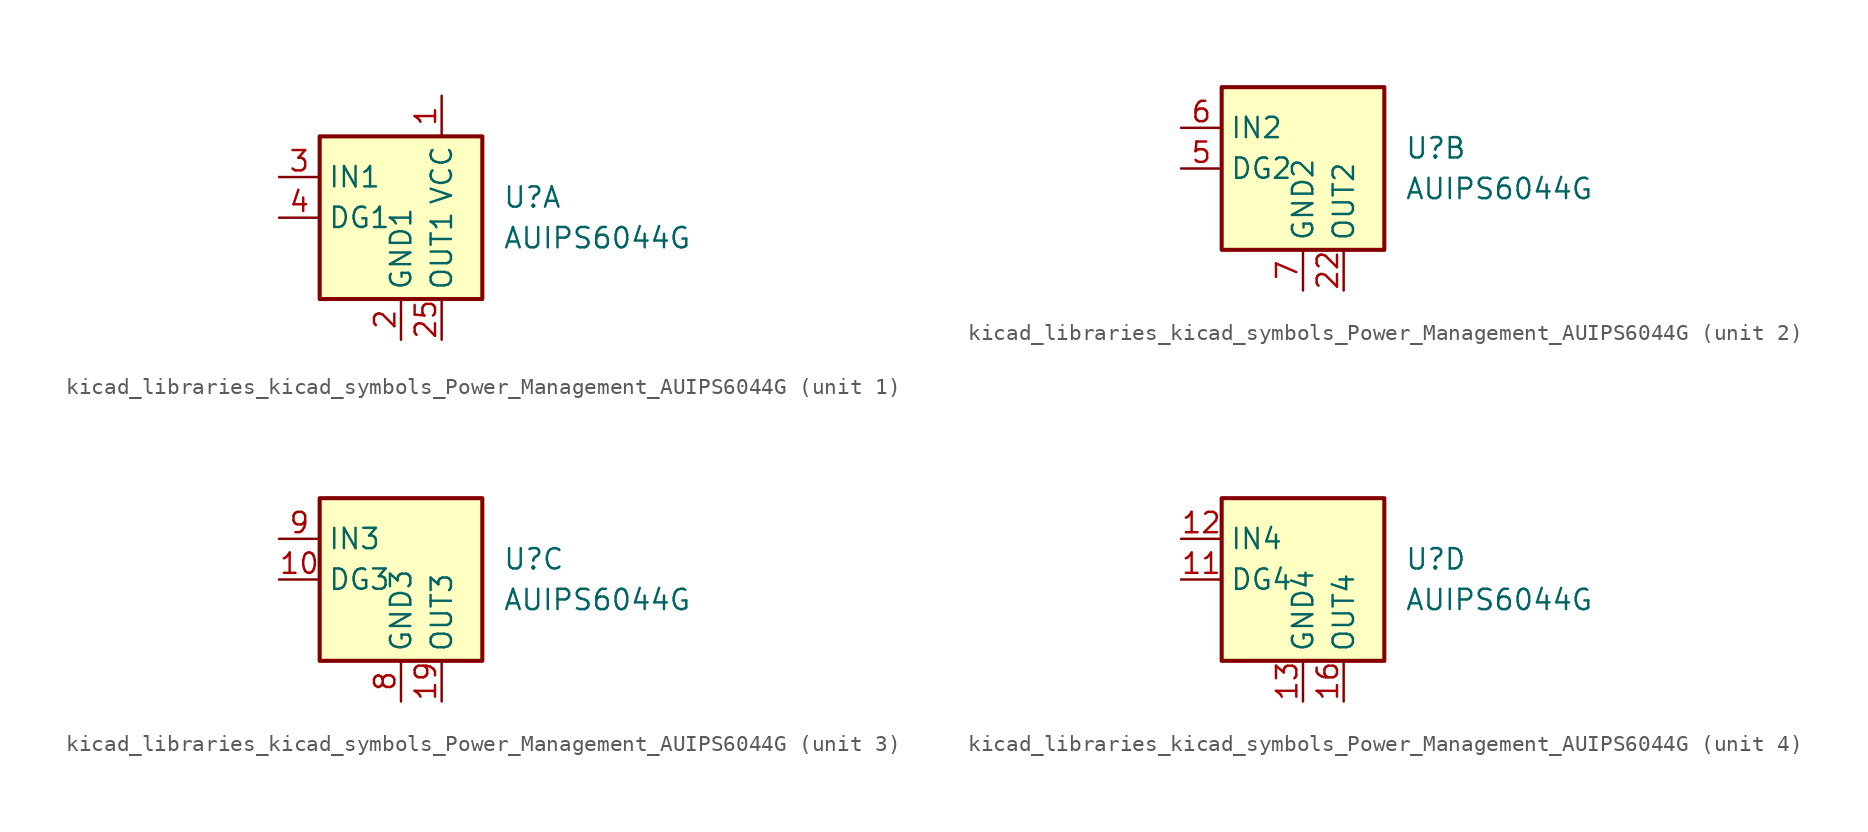
<source format=kicad_sym>
(kicad_symbol_lib
  (version 20220914)
  (generator kicad_symbol_editor)
  (symbol "kicad_libraries_kicad_symbols_Power_Management_AUIPS6044G"
    (property "Reference" "U"
      (at 3.81 1.27 0)
      (effects (font (size 1.27 1.27)) (justify left)))
    (property "Value" "AUIPS6044G"
      (at 3.81 -1.27 0)
      (effects (font (size 1.27 1.27)) (justify left)))
    (symbol "kicad_libraries_kicad_symbols_Power_Management_AUIPS6044G_0_1"
      (rectangle (start -7.62 5.08) (end 2.54 -5.08) (stroke (width 0.254) (type default)) (fill (type background))))
    (symbol "kicad_libraries_kicad_symbols_Power_Management_AUIPS6044G_1_1"
      (pin power_in line (at 0 7.62 270) (length 2.54) (name "VCC" (effects (font (size 1.27 1.27)))) (number "1" (effects (font (size 1.27 1.27)))))
      (pin passive line (at 0 7.62 270) (length 2.54) hide (name "VCC" (effects (font (size 1.27 1.27)))) (number "14" (effects (font (size 1.27 1.27)))))
      (pin passive line (at 0 7.62 270) (length 2.54) hide (name "VCC" (effects (font (size 1.27 1.27)))) (number "15" (effects (font (size 1.27 1.27)))))
      (pin power_in line (at -2.54 -7.62 90) (length 2.54) (name "GND1" (effects (font (size 1.27 1.27)))) (number "2" (effects (font (size 1.27 1.27)))))
      (pin power_out line (at 0 -7.62 90) (length 2.54) (name "OUT1" (effects (font (size 1.27 1.27)))) (number "25" (effects (font (size 1.27 1.27)))))
      (pin passive line (at 0 -7.62 90) (length 2.54) hide (name "OUT1" (effects (font (size 1.27 1.27)))) (number "26" (effects (font (size 1.27 1.27)))))
      (pin passive line (at 0 -7.62 90) (length 2.54) hide (name "OUT1" (effects (font (size 1.27 1.27)))) (number "27" (effects (font (size 1.27 1.27)))))
      (pin passive line (at 0 7.62 270) (length 2.54) hide (name "VCC" (effects (font (size 1.27 1.27)))) (number "28" (effects (font (size 1.27 1.27)))))
      (pin input line (at -10.16 2.54 0) (length 2.54) (name "IN1" (effects (font (size 1.27 1.27)))) (number "3" (effects (font (size 1.27 1.27)))))
      (pin open_collector line (at -10.16 0 0) (length 2.54) (name "DG1" (effects (font (size 1.27 1.27)))) (number "4" (effects (font (size 1.27 1.27))))))
    (symbol "kicad_libraries_kicad_symbols_Power_Management_AUIPS6044G_2_1"
      (pin power_out line (at 0 -7.62 90) (length 2.54) (name "OUT2" (effects (font (size 1.27 1.27)))) (number "22" (effects (font (size 1.27 1.27)))))
      (pin passive line (at 0 -7.62 90) (length 2.54) hide (name "OUT2" (effects (font (size 1.27 1.27)))) (number "23" (effects (font (size 1.27 1.27)))))
      (pin passive line (at 0 -7.62 90) (length 2.54) hide (name "OUT2" (effects (font (size 1.27 1.27)))) (number "24" (effects (font (size 1.27 1.27)))))
      (pin open_collector line (at -10.16 0 0) (length 2.54) (name "DG2" (effects (font (size 1.27 1.27)))) (number "5" (effects (font (size 1.27 1.27)))))
      (pin input line (at -10.16 2.54 0) (length 2.54) (name "IN2" (effects (font (size 1.27 1.27)))) (number "6" (effects (font (size 1.27 1.27)))))
      (pin power_in line (at -2.54 -7.62 90) (length 2.54) (name "GND2" (effects (font (size 1.27 1.27)))) (number "7" (effects (font (size 1.27 1.27))))))
    (symbol "kicad_libraries_kicad_symbols_Power_Management_AUIPS6044G_3_1"
      (pin open_collector line (at -10.16 0 0) (length 2.54) (name "DG3" (effects (font (size 1.27 1.27)))) (number "10" (effects (font (size 1.27 1.27)))))
      (pin power_out line (at 0 -7.62 90) (length 2.54) (name "OUT3" (effects (font (size 1.27 1.27)))) (number "19" (effects (font (size 1.27 1.27)))))
      (pin passive line (at 0 -7.62 90) (length 2.54) hide (name "OUT3" (effects (font (size 1.27 1.27)))) (number "20" (effects (font (size 1.27 1.27)))))
      (pin passive line (at 0 -7.62 90) (length 2.54) hide (name "OUT3" (effects (font (size 1.27 1.27)))) (number "21" (effects (font (size 1.27 1.27)))))
      (pin power_in line (at -2.54 -7.62 90) (length 2.54) (name "GND3" (effects (font (size 1.27 1.27)))) (number "8" (effects (font (size 1.27 1.27)))))
      (pin input line (at -10.16 2.54 0) (length 2.54) (name "IN3" (effects (font (size 1.27 1.27)))) (number "9" (effects (font (size 1.27 1.27))))))
    (symbol "kicad_libraries_kicad_symbols_Power_Management_AUIPS6044G_4_1"
      (pin open_collector line (at -10.16 0 0) (length 2.54) (name "DG4" (effects (font (size 1.27 1.27)))) (number "11" (effects (font (size 1.27 1.27)))))
      (pin input line (at -10.16 2.54 0) (length 2.54) (name "IN4" (effects (font (size 1.27 1.27)))) (number "12" (effects (font (size 1.27 1.27)))))
      (pin power_in line (at -2.54 -7.62 90) (length 2.54) (name "GND4" (effects (font (size 1.27 1.27)))) (number "13" (effects (font (size 1.27 1.27)))))
      (pin power_out line (at 0 -7.62 90) (length 2.54) (name "OUT4" (effects (font (size 1.27 1.27)))) (number "16" (effects (font (size 1.27 1.27)))))
      (pin passive line (at 0 -7.62 90) (length 2.54) hide (name "OUT4" (effects (font (size 1.27 1.27)))) (number "17" (effects (font (size 1.27 1.27)))))
      (pin passive line (at 0 -7.62 90) (length 2.54) hide (name "OUT4" (effects (font (size 1.27 1.27)))) (number "18" (effects (font (size 1.27 1.27))))))))
</source>
